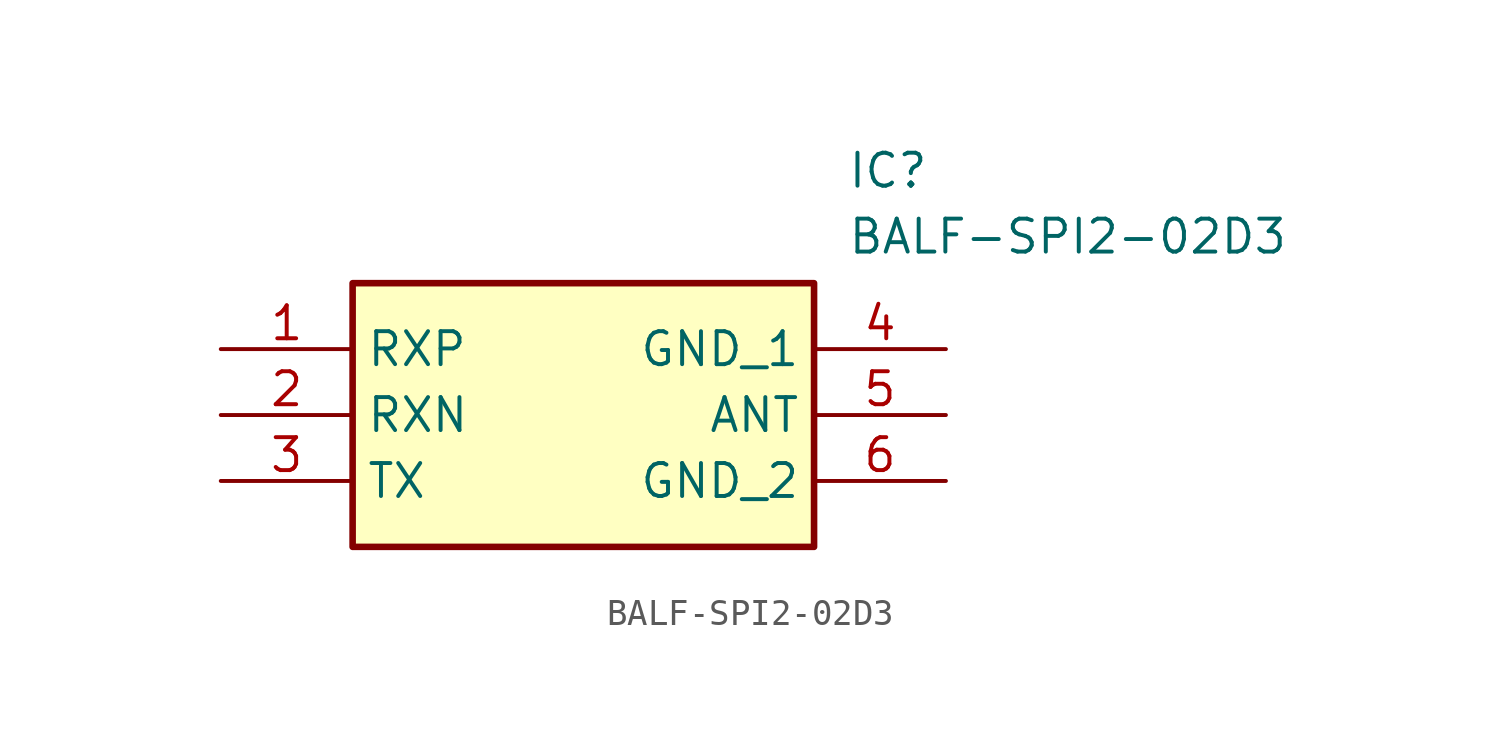
<source format=kicad_sym>
(kicad_symbol_lib
  (version 20211014)
  (generator SamacSys_ECAD_Model)
  (symbol "BALF-SPI2-02D3"
    (property "Reference" "IC"
      (at 24.13 7.62 0)
      (effects (font (size 1.27 1.27)) (justify left top)))
    (property "Value" "BALF-SPI2-02D3"
      (at 24.13 5.08 0)
      (effects (font (size 1.27 1.27)) (justify left top)))
    (rectangle
      (start 5.08 2.54)
      (end 22.86 -7.62)
      (stroke (width 0.254) (type default))
      (fill (type background)))
    (pin passive line
      (at 0 0 0)
      (length 5.08)
      (name "RXP" (effects (font (size 1.27 1.27))))
      (number "1" (effects (font (size 1.27 1.27)))))
    (pin passive line
      (at 0 -2.54 0)
      (length 5.08)
      (name "RXN" (effects (font (size 1.27 1.27))))
      (number "2" (effects (font (size 1.27 1.27)))))
    (pin passive line
      (at 0 -5.08 0)
      (length 5.08)
      (name "TX" (effects (font (size 1.27 1.27))))
      (number "3" (effects (font (size 1.27 1.27)))))
    (pin passive line
      (at 27.94 0 180)
      (length 5.08)
      (name "GND_1" (effects (font (size 1.27 1.27))))
      (number "4" (effects (font (size 1.27 1.27)))))
    (pin passive line
      (at 27.94 -2.54 180)
      (length 5.08)
      (name "ANT" (effects (font (size 1.27 1.27))))
      (number "5" (effects (font (size 1.27 1.27)))))
    (pin passive line
      (at 27.94 -5.08 180)
      (length 5.08)
      (name "GND_2" (effects (font (size 1.27 1.27))))
      (number "6" (effects (font (size 1.27 1.27)))))))
</source>
